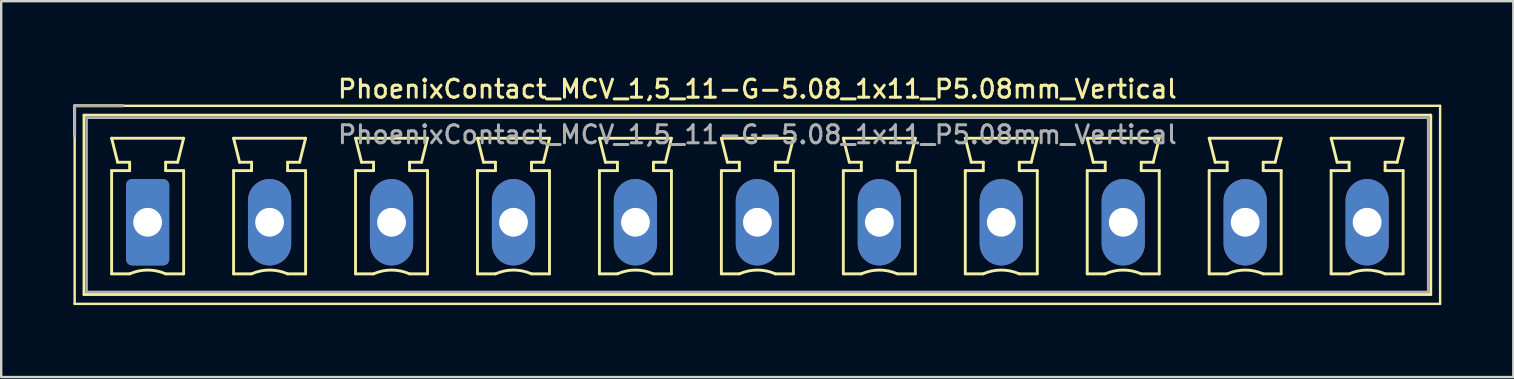
<source format=kicad_pcb>
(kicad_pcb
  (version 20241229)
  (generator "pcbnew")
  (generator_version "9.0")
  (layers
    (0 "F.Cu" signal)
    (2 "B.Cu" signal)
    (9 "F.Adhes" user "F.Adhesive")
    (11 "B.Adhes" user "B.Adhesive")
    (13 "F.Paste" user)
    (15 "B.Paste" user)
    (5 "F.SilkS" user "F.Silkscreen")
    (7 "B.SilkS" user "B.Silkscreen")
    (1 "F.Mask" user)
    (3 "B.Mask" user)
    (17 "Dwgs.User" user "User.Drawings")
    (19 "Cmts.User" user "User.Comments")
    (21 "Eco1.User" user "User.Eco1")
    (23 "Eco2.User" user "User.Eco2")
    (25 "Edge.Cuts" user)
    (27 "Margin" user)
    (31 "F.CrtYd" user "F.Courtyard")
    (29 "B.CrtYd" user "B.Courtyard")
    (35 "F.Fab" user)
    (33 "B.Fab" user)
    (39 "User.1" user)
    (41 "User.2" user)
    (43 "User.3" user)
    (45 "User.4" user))
  (footprint "PhoenixContact_MCV_1,5_11-G-5.08_1x11_P5.08mm_Vertical"
    (layer "F.Cu")
    (at 3.1 6.208)
    (property "Reference" "PhoenixContact_MCV_1,5_11-G-5.08_1x11_P5.08mm_Vertical" (at 25.4 -5.55 0) (layer "F.SilkS") (effects (font (size 0.75 0.75) (thickness 0.125))))
    (attr through_hole)
    (fp_line (start -3.04 -4.85) (end -3.04 3.4) (stroke (width 0.1) (type solid)) (layer "F.SilkS"))
    (fp_line (start -3.04 -4.85) (end -1.04 -4.85) (stroke (width 0.12) (type solid)) (layer "F.SilkS"))
    (fp_line (start -3.04 -3.6) (end -3.04 -4.85) (stroke (width 0.12) (type solid)) (layer "F.SilkS"))
    (fp_line (start -3.04 3.4) (end 53.84 3.4) (stroke (width 0.1) (type solid)) (layer "F.SilkS"))
    (fp_line (start -2.65 -4.46) (end -2.65 3.01) (stroke (width 0.12) (type solid)) (layer "F.SilkS"))
    (fp_line (start -2.65 3.01) (end 53.45 3.01) (stroke (width 0.12) (type solid)) (layer "F.SilkS"))
    (fp_line (start -1.5 -3.5) (end 1.5 -3.5) (stroke (width 0.12) (type solid)) (layer "F.SilkS"))
    (fp_line (start -1.5 -2.15) (end -0.75 -2.15) (stroke (width 0.12) (type solid)) (layer "F.SilkS"))
    (fp_line (start -1.5 2.15) (end -1.5 -2.15) (stroke (width 0.12) (type solid)) (layer "F.SilkS"))
    (fp_line (start -1.25 -2.5) (end -1.5 -3.5) (stroke (width 0.12) (type solid)) (layer "F.SilkS"))
    (fp_line (start -0.75 -2.5) (end -1.25 -2.5) (stroke (width 0.12) (type solid)) (layer "F.SilkS"))
    (fp_line (start -0.75 -2.15) (end -0.75 -2.5) (stroke (width 0.12) (type solid)) (layer "F.SilkS"))
    (fp_line (start -0.75 2.15) (end -1.5 2.15) (stroke (width 0.12) (type solid)) (layer "F.SilkS"))
    (fp_line (start 0.75 -2.5) (end 0.75 -2.15) (stroke (width 0.12) (type solid)) (layer "F.SilkS"))
    (fp_line (start 0.75 -2.15) (end 1.5 -2.15) (stroke (width 0.12) (type solid)) (layer "F.SilkS"))
    (fp_line (start 1.25 -2.5) (end 0.75 -2.5) (stroke (width 0.12) (type solid)) (layer "F.SilkS"))
    (fp_line (start 1.5 -3.5) (end 1.25 -2.5) (stroke (width 0.12) (type solid)) (layer "F.SilkS"))
    (fp_line (start 1.5 -2.15) (end 1.5 2.15) (stroke (width 0.12) (type solid)) (layer "F.SilkS"))
    (fp_line (start 1.5 2.15) (end 0.75 2.15) (stroke (width 0.12) (type solid)) (layer "F.SilkS"))
    (fp_line (start 3.58 -3.5) (end 6.58 -3.5) (stroke (width 0.12) (type solid)) (layer "F.SilkS"))
    (fp_line (start 3.58 -2.15) (end 4.33 -2.15) (stroke (width 0.12) (type solid)) (layer "F.SilkS"))
    (fp_line (start 3.58 2.15) (end 3.58 -2.15) (stroke (width 0.12) (type solid)) (layer "F.SilkS"))
    (fp_line (start 3.83 -2.5) (end 3.58 -3.5) (stroke (width 0.12) (type solid)) (layer "F.SilkS"))
    (fp_line (start 4.33 -2.5) (end 3.83 -2.5) (stroke (width 0.12) (type solid)) (layer "F.SilkS"))
    (fp_line (start 4.33 -2.15) (end 4.33 -2.5) (stroke (width 0.12) (type solid)) (layer "F.SilkS"))
    (fp_line (start 4.33 2.15) (end 3.58 2.15) (stroke (width 0.12) (type solid)) (layer "F.SilkS"))
    (fp_line (start 5.83 -2.5) (end 5.83 -2.15) (stroke (width 0.12) (type solid)) (layer "F.SilkS"))
    (fp_line (start 5.83 -2.15) (end 6.58 -2.15) (stroke (width 0.12) (type solid)) (layer "F.SilkS"))
    (fp_line (start 6.33 -2.5) (end 5.83 -2.5) (stroke (width 0.12) (type solid)) (layer "F.SilkS"))
    (fp_line (start 6.58 -3.5) (end 6.33 -2.5) (stroke (width 0.12) (type solid)) (layer "F.SilkS"))
    (fp_line (start 6.58 -2.15) (end 6.58 2.15) (stroke (width 0.12) (type solid)) (layer "F.SilkS"))
    (fp_line (start 6.58 2.15) (end 5.83 2.15) (stroke (width 0.12) (type solid)) (layer "F.SilkS"))
    (fp_line (start 8.66 -3.5) (end 11.66 -3.5) (stroke (width 0.12) (type solid)) (layer "F.SilkS"))
    (fp_line (start 8.66 -2.15) (end 9.41 -2.15) (stroke (width 0.12) (type solid)) (layer "F.SilkS"))
    (fp_line (start 8.66 2.15) (end 8.66 -2.15) (stroke (width 0.12) (type solid)) (layer "F.SilkS"))
    (fp_line (start 8.91 -2.5) (end 8.66 -3.5) (stroke (width 0.12) (type solid)) (layer "F.SilkS"))
    (fp_line (start 9.41 -2.5) (end 8.91 -2.5) (stroke (width 0.12) (type solid)) (layer "F.SilkS"))
    (fp_line (start 9.41 -2.15) (end 9.41 -2.5) (stroke (width 0.12) (type solid)) (layer "F.SilkS"))
    (fp_line (start 9.41 2.15) (end 8.66 2.15) (stroke (width 0.12) (type solid)) (layer "F.SilkS"))
    (fp_line (start 10.91 -2.5) (end 10.91 -2.15) (stroke (width 0.12) (type solid)) (layer "F.SilkS"))
    (fp_line (start 10.91 -2.15) (end 11.66 -2.15) (stroke (width 0.12) (type solid)) (layer "F.SilkS"))
    (fp_line (start 11.41 -2.5) (end 10.91 -2.5) (stroke (width 0.12) (type solid)) (layer "F.SilkS"))
    (fp_line (start 11.66 -3.5) (end 11.41 -2.5) (stroke (width 0.12) (type solid)) (layer "F.SilkS"))
    (fp_line (start 11.66 -2.15) (end 11.66 2.15) (stroke (width 0.12) (type solid)) (layer "F.SilkS"))
    (fp_line (start 11.66 2.15) (end 10.91 2.15) (stroke (width 0.12) (type solid)) (layer "F.SilkS"))
    (fp_line (start 13.74 -3.5) (end 16.74 -3.5) (stroke (width 0.12) (type solid)) (layer "F.SilkS"))
    (fp_line (start 13.74 -2.15) (end 14.49 -2.15) (stroke (width 0.12) (type solid)) (layer "F.SilkS"))
    (fp_line (start 13.74 2.15) (end 13.74 -2.15) (stroke (width 0.12) (type solid)) (layer "F.SilkS"))
    (fp_line (start 13.99 -2.5) (end 13.74 -3.5) (stroke (width 0.12) (type solid)) (layer "F.SilkS"))
    (fp_line (start 14.49 -2.5) (end 13.99 -2.5) (stroke (width 0.12) (type solid)) (layer "F.SilkS"))
    (fp_line (start 14.49 -2.15) (end 14.49 -2.5) (stroke (width 0.12) (type solid)) (layer "F.SilkS"))
    (fp_line (start 14.49 2.15) (end 13.74 2.15) (stroke (width 0.12) (type solid)) (layer "F.SilkS"))
    (fp_line (start 15.99 -2.5) (end 15.99 -2.15) (stroke (width 0.12) (type solid)) (layer "F.SilkS"))
    (fp_line (start 15.99 -2.15) (end 16.74 -2.15) (stroke (width 0.12) (type solid)) (layer "F.SilkS"))
    (fp_line (start 16.49 -2.5) (end 15.99 -2.5) (stroke (width 0.12) (type solid)) (layer "F.SilkS"))
    (fp_line (start 16.74 -3.5) (end 16.49 -2.5) (stroke (width 0.12) (type solid)) (layer "F.SilkS"))
    (fp_line (start 16.74 -2.15) (end 16.74 2.15) (stroke (width 0.12) (type solid)) (layer "F.SilkS"))
    (fp_line (start 16.74 2.15) (end 15.99 2.15) (stroke (width 0.12) (type solid)) (layer "F.SilkS"))
    (fp_line (start 18.82 -3.5) (end 21.82 -3.5) (stroke (width 0.12) (type solid)) (layer "F.SilkS"))
    (fp_line (start 18.82 -2.15) (end 19.57 -2.15) (stroke (width 0.12) (type solid)) (layer "F.SilkS"))
    (fp_line (start 18.82 2.15) (end 18.82 -2.15) (stroke (width 0.12) (type solid)) (layer "F.SilkS"))
    (fp_line (start 19.07 -2.5) (end 18.82 -3.5) (stroke (width 0.12) (type solid)) (layer "F.SilkS"))
    (fp_line (start 19.57 -2.5) (end 19.07 -2.5) (stroke (width 0.12) (type solid)) (layer "F.SilkS"))
    (fp_line (start 19.57 -2.15) (end 19.57 -2.5) (stroke (width 0.12) (type solid)) (layer "F.SilkS"))
    (fp_line (start 19.57 2.15) (end 18.82 2.15) (stroke (width 0.12) (type solid)) (layer "F.SilkS"))
    (fp_line (start 21.07 -2.5) (end 21.07 -2.15) (stroke (width 0.12) (type solid)) (layer "F.SilkS"))
    (fp_line (start 21.07 -2.15) (end 21.82 -2.15) (stroke (width 0.12) (type solid)) (layer "F.SilkS"))
    (fp_line (start 21.57 -2.5) (end 21.07 -2.5) (stroke (width 0.12) (type solid)) (layer "F.SilkS"))
    (fp_line (start 21.82 -3.5) (end 21.57 -2.5) (stroke (width 0.12) (type solid)) (layer "F.SilkS"))
    (fp_line (start 21.82 -2.15) (end 21.82 2.15) (stroke (width 0.12) (type solid)) (layer "F.SilkS"))
    (fp_line (start 21.82 2.15) (end 21.07 2.15) (stroke (width 0.12) (type solid)) (layer "F.SilkS"))
    (fp_line (start 23.9 -3.5) (end 26.9 -3.5) (stroke (width 0.12) (type solid)) (layer "F.SilkS"))
    (fp_line (start 23.9 -2.15) (end 24.65 -2.15) (stroke (width 0.12) (type solid)) (layer "F.SilkS"))
    (fp_line (start 23.9 2.15) (end 23.9 -2.15) (stroke (width 0.12) (type solid)) (layer "F.SilkS"))
    (fp_line (start 24.15 -2.5) (end 23.9 -3.5) (stroke (width 0.12) (type solid)) (layer "F.SilkS"))
    (fp_line (start 24.65 -2.5) (end 24.15 -2.5) (stroke (width 0.12) (type solid)) (layer "F.SilkS"))
    (fp_line (start 24.65 -2.15) (end 24.65 -2.5) (stroke (width 0.12) (type solid)) (layer "F.SilkS"))
    (fp_line (start 24.65 2.15) (end 23.9 2.15) (stroke (width 0.12) (type solid)) (layer "F.SilkS"))
    (fp_line (start 26.15 -2.5) (end 26.15 -2.15) (stroke (width 0.12) (type solid)) (layer "F.SilkS"))
    (fp_line (start 26.15 -2.15) (end 26.9 -2.15) (stroke (width 0.12) (type solid)) (layer "F.SilkS"))
    (fp_line (start 26.65 -2.5) (end 26.15 -2.5) (stroke (width 0.12) (type solid)) (layer "F.SilkS"))
    (fp_line (start 26.9 -3.5) (end 26.65 -2.5) (stroke (width 0.12) (type solid)) (layer "F.SilkS"))
    (fp_line (start 26.9 -2.15) (end 26.9 2.15) (stroke (width 0.12) (type solid)) (layer "F.SilkS"))
    (fp_line (start 26.9 2.15) (end 26.15 2.15) (stroke (width 0.12) (type solid)) (layer "F.SilkS"))
    (fp_line (start 28.98 -3.5) (end 31.98 -3.5) (stroke (width 0.12) (type solid)) (layer "F.SilkS"))
    (fp_line (start 28.98 -2.15) (end 29.73 -2.15) (stroke (width 0.12) (type solid)) (layer "F.SilkS"))
    (fp_line (start 28.98 2.15) (end 28.98 -2.15) (stroke (width 0.12) (type solid)) (layer "F.SilkS"))
    (fp_line (start 29.23 -2.5) (end 28.98 -3.5) (stroke (width 0.12) (type solid)) (layer "F.SilkS"))
    (fp_line (start 29.73 -2.5) (end 29.23 -2.5) (stroke (width 0.12) (type solid)) (layer "F.SilkS"))
    (fp_line (start 29.73 -2.15) (end 29.73 -2.5) (stroke (width 0.12) (type solid)) (layer "F.SilkS"))
    (fp_line (start 29.73 2.15) (end 28.98 2.15) (stroke (width 0.12) (type solid)) (layer "F.SilkS"))
    (fp_line (start 31.23 -2.5) (end 31.23 -2.15) (stroke (width 0.12) (type solid)) (layer "F.SilkS"))
    (fp_line (start 31.23 -2.15) (end 31.98 -2.15) (stroke (width 0.12) (type solid)) (layer "F.SilkS"))
    (fp_line (start 31.73 -2.5) (end 31.23 -2.5) (stroke (width 0.12) (type solid)) (layer "F.SilkS"))
    (fp_line (start 31.98 -3.5) (end 31.73 -2.5) (stroke (width 0.12) (type solid)) (layer "F.SilkS"))
    (fp_line (start 31.98 -2.15) (end 31.98 2.15) (stroke (width 0.12) (type solid)) (layer "F.SilkS"))
    (fp_line (start 31.98 2.15) (end 31.23 2.15) (stroke (width 0.12) (type solid)) (layer "F.SilkS"))
    (fp_line (start 34.06 -3.5) (end 37.06 -3.5) (stroke (width 0.12) (type solid)) (layer "F.SilkS"))
    (fp_line (start 34.06 -2.15) (end 34.81 -2.15) (stroke (width 0.12) (type solid)) (layer "F.SilkS"))
    (fp_line (start 34.06 2.15) (end 34.06 -2.15) (stroke (width 0.12) (type solid)) (layer "F.SilkS"))
    (fp_line (start 34.31 -2.5) (end 34.06 -3.5) (stroke (width 0.12) (type solid)) (layer "F.SilkS"))
    (fp_line (start 34.81 -2.5) (end 34.31 -2.5) (stroke (width 0.12) (type solid)) (layer "F.SilkS"))
    (fp_line (start 34.81 -2.15) (end 34.81 -2.5) (stroke (width 0.12) (type solid)) (layer "F.SilkS"))
    (fp_line (start 34.81 2.15) (end 34.06 2.15) (stroke (width 0.12) (type solid)) (layer "F.SilkS"))
    (fp_line (start 36.31 -2.5) (end 36.31 -2.15) (stroke (width 0.12) (type solid)) (layer "F.SilkS"))
    (fp_line (start 36.31 -2.15) (end 37.06 -2.15) (stroke (width 0.12) (type solid)) (layer "F.SilkS"))
    (fp_line (start 36.81 -2.5) (end 36.31 -2.5) (stroke (width 0.12) (type solid)) (layer "F.SilkS"))
    (fp_line (start 37.06 -3.5) (end 36.81 -2.5) (stroke (width 0.12) (type solid)) (layer "F.SilkS"))
    (fp_line (start 37.06 -2.15) (end 37.06 2.15) (stroke (width 0.12) (type solid)) (layer "F.SilkS"))
    (fp_line (start 37.06 2.15) (end 36.31 2.15) (stroke (width 0.12) (type solid)) (layer "F.SilkS"))
    (fp_line (start 39.14 -3.5) (end 42.14 -3.5) (stroke (width 0.12) (type solid)) (layer "F.SilkS"))
    (fp_line (start 39.14 -2.15) (end 39.89 -2.15) (stroke (width 0.12) (type solid)) (layer "F.SilkS"))
    (fp_line (start 39.14 2.15) (end 39.14 -2.15) (stroke (width 0.12) (type solid)) (layer "F.SilkS"))
    (fp_line (start 39.39 -2.5) (end 39.14 -3.5) (stroke (width 0.12) (type solid)) (layer "F.SilkS"))
    (fp_line (start 39.89 -2.5) (end 39.39 -2.5) (stroke (width 0.12) (type solid)) (layer "F.SilkS"))
    (fp_line (start 39.89 -2.15) (end 39.89 -2.5) (stroke (width 0.12) (type solid)) (layer "F.SilkS"))
    (fp_line (start 39.89 2.15) (end 39.14 2.15) (stroke (width 0.12) (type solid)) (layer "F.SilkS"))
    (fp_line (start 41.39 -2.5) (end 41.39 -2.15) (stroke (width 0.12) (type solid)) (layer "F.SilkS"))
    (fp_line (start 41.39 -2.15) (end 42.14 -2.15) (stroke (width 0.12) (type solid)) (layer "F.SilkS"))
    (fp_line (start 41.89 -2.5) (end 41.39 -2.5) (stroke (width 0.12) (type solid)) (layer "F.SilkS"))
    (fp_line (start 42.14 -3.5) (end 41.89 -2.5) (stroke (width 0.12) (type solid)) (layer "F.SilkS"))
    (fp_line (start 42.14 -2.15) (end 42.14 2.15) (stroke (width 0.12) (type solid)) (layer "F.SilkS"))
    (fp_line (start 42.14 2.15) (end 41.39 2.15) (stroke (width 0.12) (type solid)) (layer "F.SilkS"))
    (fp_line (start 44.22 -3.5) (end 47.22 -3.5) (stroke (width 0.12) (type solid)) (layer "F.SilkS"))
    (fp_line (start 44.22 -2.15) (end 44.97 -2.15) (stroke (width 0.12) (type solid)) (layer "F.SilkS"))
    (fp_line (start 44.22 2.15) (end 44.22 -2.15) (stroke (width 0.12) (type solid)) (layer "F.SilkS"))
    (fp_line (start 44.47 -2.5) (end 44.22 -3.5) (stroke (width 0.12) (type solid)) (layer "F.SilkS"))
    (fp_line (start 44.97 -2.5) (end 44.47 -2.5) (stroke (width 0.12) (type solid)) (layer "F.SilkS"))
    (fp_line (start 44.97 -2.15) (end 44.97 -2.5) (stroke (width 0.12) (type solid)) (layer "F.SilkS"))
    (fp_line (start 44.97 2.15) (end 44.22 2.15) (stroke (width 0.12) (type solid)) (layer "F.SilkS"))
    (fp_line (start 46.47 -2.5) (end 46.47 -2.15) (stroke (width 0.12) (type solid)) (layer "F.SilkS"))
    (fp_line (start 46.47 -2.15) (end 47.22 -2.15) (stroke (width 0.12) (type solid)) (layer "F.SilkS"))
    (fp_line (start 46.97 -2.5) (end 46.47 -2.5) (stroke (width 0.12) (type solid)) (layer "F.SilkS"))
    (fp_line (start 47.22 -3.5) (end 46.97 -2.5) (stroke (width 0.12) (type solid)) (layer "F.SilkS"))
    (fp_line (start 47.22 -2.15) (end 47.22 2.15) (stroke (width 0.12) (type solid)) (layer "F.SilkS"))
    (fp_line (start 47.22 2.15) (end 46.47 2.15) (stroke (width 0.12) (type solid)) (layer "F.SilkS"))
    (fp_line (start 49.3 -3.5) (end 52.3 -3.5) (stroke (width 0.12) (type solid)) (layer "F.SilkS"))
    (fp_line (start 49.3 -2.15) (end 50.05 -2.15) (stroke (width 0.12) (type solid)) (layer "F.SilkS"))
    (fp_line (start 49.3 2.15) (end 49.3 -2.15) (stroke (width 0.12) (type solid)) (layer "F.SilkS"))
    (fp_line (start 49.55 -2.5) (end 49.3 -3.5) (stroke (width 0.12) (type solid)) (layer "F.SilkS"))
    (fp_line (start 50.05 -2.5) (end 49.55 -2.5) (stroke (width 0.12) (type solid)) (layer "F.SilkS"))
    (fp_line (start 50.05 -2.15) (end 50.05 -2.5) (stroke (width 0.12) (type solid)) (layer "F.SilkS"))
    (fp_line (start 50.05 2.15) (end 49.3 2.15) (stroke (width 0.12) (type solid)) (layer "F.SilkS"))
    (fp_line (start 51.55 -2.5) (end 51.55 -2.15) (stroke (width 0.12) (type solid)) (layer "F.SilkS"))
    (fp_line (start 51.55 -2.15) (end 52.3 -2.15) (stroke (width 0.12) (type solid)) (layer "F.SilkS"))
    (fp_line (start 52.05 -2.5) (end 51.55 -2.5) (stroke (width 0.12) (type solid)) (layer "F.SilkS"))
    (fp_line (start 52.3 -3.5) (end 52.05 -2.5) (stroke (width 0.12) (type solid)) (layer "F.SilkS"))
    (fp_line (start 52.3 -2.15) (end 52.3 2.15) (stroke (width 0.12) (type solid)) (layer "F.SilkS"))
    (fp_line (start 52.3 2.15) (end 51.55 2.15) (stroke (width 0.12) (type solid)) (layer "F.SilkS"))
    (fp_line (start 53.45 -4.46) (end -2.65 -4.46) (stroke (width 0.12) (type solid)) (layer "F.SilkS"))
    (fp_line (start 53.45 3.01) (end 53.45 -4.46) (stroke (width 0.12) (type solid)) (layer "F.SilkS"))
    (fp_line (start 53.84 -4.85) (end -3.04 -4.85) (stroke (width 0.1) (type solid)) (layer "F.SilkS"))
    (fp_line (start 53.84 3.4) (end 53.84 -4.85) (stroke (width 0.1) (type solid)) (layer "F.SilkS"))
    (fp_arc (start -0.75 2.15) (mid -0.000193 1.99191) (end 0.749647 2.149844) (stroke (width 0.12) (type solid)) (layer "F.SilkS"))
    (fp_arc (start 4.33 2.15) (mid 5.079807 1.99191) (end 5.829647 2.149844) (stroke (width 0.12) (type solid)) (layer "F.SilkS"))
    (fp_arc (start 9.41 2.15) (mid 10.159807 1.99191) (end 10.909647 2.149844) (stroke (width 0.12) (type solid)) (layer "F.SilkS"))
    (fp_arc (start 14.49 2.15) (mid 15.239807 1.99191) (end 15.989647 2.149844) (stroke (width 0.12) (type solid)) (layer "F.SilkS"))
    (fp_arc (start 19.57 2.15) (mid 20.319807 1.99191) (end 21.069647 2.149844) (stroke (width 0.12) (type solid)) (layer "F.SilkS"))
    (fp_arc (start 24.65 2.15) (mid 25.399807 1.99191) (end 26.149647 2.149844) (stroke (width 0.12) (type solid)) (layer "F.SilkS"))
    (fp_arc (start 29.73 2.15) (mid 30.479807 1.99191) (end 31.229647 2.149844) (stroke (width 0.12) (type solid)) (layer "F.SilkS"))
    (fp_arc (start 34.81 2.15) (mid 35.559807 1.99191) (end 36.309647 2.149844) (stroke (width 0.12) (type solid)) (layer "F.SilkS"))
    (fp_arc (start 39.89 2.15) (mid 40.639807 1.99191) (end 41.389647 2.149844) (stroke (width 0.12) (type solid)) (layer "F.SilkS"))
    (fp_arc (start 44.97 2.15) (mid 45.719807 1.99191) (end 46.469647 2.149844) (stroke (width 0.12) (type solid)) (layer "F.SilkS"))
    (fp_arc (start 50.05 2.15) (mid 50.799807 1.99191) (end 51.549647 2.149844) (stroke (width 0.12) (type solid)) (layer "F.SilkS"))
    (fp_line (start -3.04 -4.85) (end -1.04 -4.85) (stroke (width 0.1) (type solid)) (layer "F.Fab"))
    (fp_line (start -3.04 -3.6) (end -3.04 -4.85) (stroke (width 0.1) (type solid)) (layer "F.Fab"))
    (fp_line (start -2.54 -4.35) (end -2.54 2.9) (stroke (width 0.1) (type solid)) (layer "F.Fab"))
    (fp_line (start -2.54 2.9) (end 53.34 2.9) (stroke (width 0.1) (type solid)) (layer "F.Fab"))
    (fp_line (start 53.34 -4.35) (end -2.54 -4.35) (stroke (width 0.1) (type solid)) (layer "F.Fab"))
    (fp_line (start 53.34 2.9) (end 53.34 -4.35) (stroke (width 0.1) (type solid)) (layer "F.Fab"))
    (fp_text user "${REFERENCE}" (at 25.4 -3.65 0) (layer "F.Fab") (effects (font (size 0.75 0.75) (thickness 0.125))))
    (pad "1" thru_hole roundrect (at 0 0) (size 1.8 3.6) (drill 1.2) (layers "*.Cu" "*.Mask") (roundrect_rratio 0.139))
    (pad "2" thru_hole oval (at 5.08 0) (size 1.8 3.6) (drill 1.2) (layers "*.Cu" "*.Mask"))
    (pad "3" thru_hole oval (at 10.16 0) (size 1.8 3.6) (drill 1.2) (layers "*.Cu" "*.Mask"))
    (pad "4" thru_hole oval (at 15.24 0) (size 1.8 3.6) (drill 1.2) (layers "*.Cu" "*.Mask"))
    (pad "5" thru_hole oval (at 20.32 0) (size 1.8 3.6) (drill 1.2) (layers "*.Cu" "*.Mask"))
    (pad "6" thru_hole oval (at 25.4 0) (size 1.8 3.6) (drill 1.2) (layers "*.Cu" "*.Mask"))
    (pad "7" thru_hole oval (at 30.48 0) (size 1.8 3.6) (drill 1.2) (layers "*.Cu" "*.Mask"))
    (pad "8" thru_hole oval (at 35.56 0) (size 1.8 3.6) (drill 1.2) (layers "*.Cu" "*.Mask"))
    (pad "9" thru_hole oval (at 40.64 0) (size 1.8 3.6) (drill 1.2) (layers "*.Cu" "*.Mask"))
    (pad "10" thru_hole oval (at 45.72 0) (size 1.8 3.6) (drill 1.2) (layers "*.Cu" "*.Mask"))
    (pad "11" thru_hole oval (at 50.8 0) (size 1.8 3.6) (drill 1.2) (layers "*.Cu" "*.Mask")))
  (gr_rect
    (start -3 -3)
    (end 59.99 12.658)
    (stroke (width 0.1) (type default))
    (fill no)
    (layer "Edge.Cuts")))
</source>
